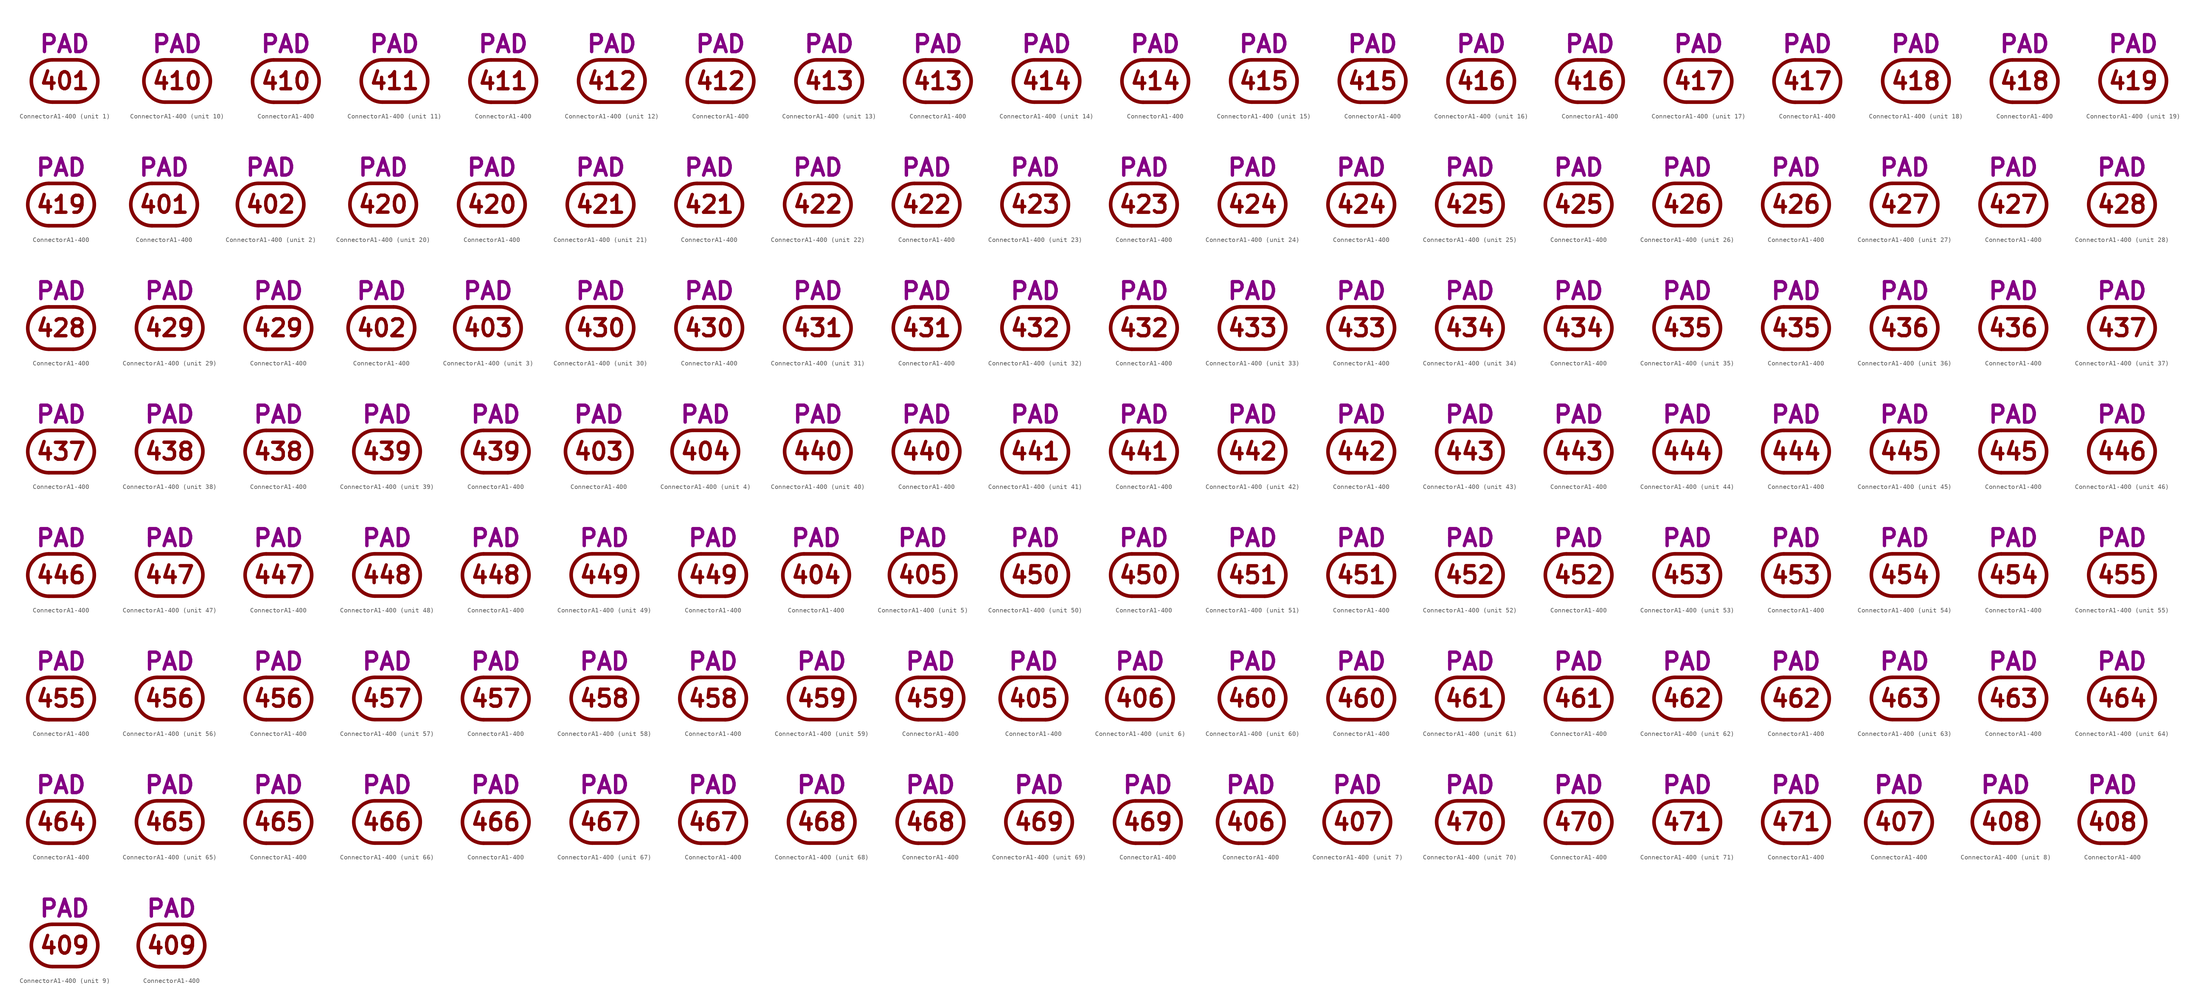
<source format=kicad_sym>
(kicad_symbol_lib
  (version 20211014)
  (generator kicad_symbol_editor)
  (symbol "ConnectorA1-400"
    (pin_numbers hide)
    (pin_names
      (offset 0) hide)
    (property "Reference" "J"
      (at 0 8.255 0)
      (effects (font (size 3.556 3.556)) hide))
    (property "Caption" "PAD"
      (at 0 5.715 0)
      (effects (font (size 3.556 3.556) bold) (justify bottom)))
    (property "ki_locked" ""
      (at 0 0 0)
      (effects (font (size 1.27 1.27))))
    (symbol "ConnectorA1-400_0_0"
      (arc (start -2.54 4.445) (mid -6.985 0) (end -2.54 -4.445) (stroke (width 0.762) (type default) (color 0 0 0 0)) (fill (type none)))
      (polyline (pts (xy -2.54 -4.445) (xy 2.54 -4.445)) (stroke (width 0.762) (type default) (color 0 0 0 0)) (fill (type none)))
      (polyline (pts (xy -2.54 4.445) (xy 2.54 4.445)) (stroke (width 0.762) (type default) (color 0 0 0 0)) (fill (type none)))
      (arc (start 2.54 -4.445) (mid 6.985 0) (end 2.54 4.445) (stroke (width 0.762) (type default) (color 0 0 0 0)) (fill (type none))))
    (symbol "ConnectorA1-400_1_0"
      (text "401" (at 0 0 0) (effects (font (size 3.556 3.556) bold))))
    (symbol "ConnectorA1-400_1_1"
      (pin passive line (at 6.985 0 180) (length 0) (name "401" (effects (font (size 3.556 3.556)))) (number "401" (effects (font (size 3.556 3.556))))))
    (symbol "ConnectorA1-400_1_2"
      (pin passive line (at 0 4.445 270) (length 0) (name "401" (effects (font (size 3.556 3.556)))) (number "401" (effects (font (size 3.556 3.556))))))
    (symbol "ConnectorA1-400_2_0"
      (text "402" (at 0 0 0) (effects (font (size 3.556 3.556) bold))))
    (symbol "ConnectorA1-400_2_1"
      (pin passive line (at 6.985 0 180) (length 0) (name "402" (effects (font (size 3.556 3.556)))) (number "402" (effects (font (size 3.556 3.556))))))
    (symbol "ConnectorA1-400_2_2"
      (pin passive line (at 0 4.445 270) (length 0) (name "402" (effects (font (size 3.556 3.556)))) (number "402" (effects (font (size 3.556 3.556))))))
    (symbol "ConnectorA1-400_3_0"
      (text "403" (at 0 0 0) (effects (font (size 3.556 3.556) bold))))
    (symbol "ConnectorA1-400_3_1"
      (pin passive line (at 6.985 0 180) (length 0) (name "403" (effects (font (size 3.556 3.556)))) (number "403" (effects (font (size 3.556 3.556))))))
    (symbol "ConnectorA1-400_3_2"
      (pin passive line (at 0 4.445 270) (length 0) (name "403" (effects (font (size 3.556 3.556)))) (number "403" (effects (font (size 3.556 3.556))))))
    (symbol "ConnectorA1-400_4_0"
      (text "404" (at 0 0 0) (effects (font (size 3.556 3.556) bold))))
    (symbol "ConnectorA1-400_4_1"
      (pin passive line (at 6.985 0 180) (length 0) (name "404" (effects (font (size 3.556 3.556)))) (number "404" (effects (font (size 3.556 3.556))))))
    (symbol "ConnectorA1-400_4_2"
      (pin passive line (at 0 4.445 270) (length 0) (name "404" (effects (font (size 3.556 3.556)))) (number "404" (effects (font (size 3.556 3.556))))))
    (symbol "ConnectorA1-400_5_0"
      (text "405" (at 0 0 0) (effects (font (size 3.556 3.556) bold))))
    (symbol "ConnectorA1-400_5_1"
      (pin passive line (at 6.985 0 180) (length 0) (name "405" (effects (font (size 3.556 3.556)))) (number "405" (effects (font (size 3.556 3.556))))))
    (symbol "ConnectorA1-400_5_2"
      (pin passive line (at 0 4.445 270) (length 0) (name "405" (effects (font (size 3.556 3.556)))) (number "405" (effects (font (size 3.556 3.556))))))
    (symbol "ConnectorA1-400_6_0"
      (text "406" (at 0 0 0) (effects (font (size 3.556 3.556) bold))))
    (symbol "ConnectorA1-400_6_1"
      (pin passive line (at 6.985 0 180) (length 0) (name "406" (effects (font (size 3.556 3.556)))) (number "406" (effects (font (size 3.556 3.556))))))
    (symbol "ConnectorA1-400_6_2"
      (pin passive line (at 0 4.445 270) (length 0) (name "406" (effects (font (size 3.556 3.556)))) (number "406" (effects (font (size 3.556 3.556))))))
    (symbol "ConnectorA1-400_7_0"
      (text "407" (at 0 0 0) (effects (font (size 3.556 3.556) bold))))
    (symbol "ConnectorA1-400_7_1"
      (pin passive line (at 6.985 0 180) (length 0) (name "407" (effects (font (size 3.556 3.556)))) (number "407" (effects (font (size 3.556 3.556))))))
    (symbol "ConnectorA1-400_7_2"
      (pin passive line (at 0 4.445 270) (length 0) (name "407" (effects (font (size 3.556 3.556)))) (number "407" (effects (font (size 3.556 3.556))))))
    (symbol "ConnectorA1-400_8_0"
      (text "408" (at 0 0 0) (effects (font (size 3.556 3.556) bold))))
    (symbol "ConnectorA1-400_8_1"
      (pin passive line (at 6.985 0 180) (length 0) (name "408" (effects (font (size 3.556 3.556)))) (number "408" (effects (font (size 3.556 3.556))))))
    (symbol "ConnectorA1-400_8_2"
      (pin passive line (at 0 4.445 270) (length 0) (name "408" (effects (font (size 3.556 3.556)))) (number "408" (effects (font (size 3.556 3.556))))))
    (symbol "ConnectorA1-400_9_0"
      (text "409" (at 0 0 0) (effects (font (size 3.556 3.556) bold))))
    (symbol "ConnectorA1-400_9_1"
      (pin passive line (at 6.985 0 180) (length 0) (name "409" (effects (font (size 3.556 3.556)))) (number "409" (effects (font (size 3.556 3.556))))))
    (symbol "ConnectorA1-400_9_2"
      (pin passive line (at 0 4.445 270) (length 0) (name "409" (effects (font (size 3.556 3.556)))) (number "409" (effects (font (size 3.556 3.556))))))
    (symbol "ConnectorA1-400_10_0"
      (text "410" (at 0 0 0) (effects (font (size 3.556 3.556) bold))))
    (symbol "ConnectorA1-400_10_1"
      (pin passive line (at 6.985 0 180) (length 0) (name "410" (effects (font (size 3.556 3.556)))) (number "410" (effects (font (size 3.556 3.556))))))
    (symbol "ConnectorA1-400_10_2"
      (pin passive line (at 0 4.445 270) (length 0) (name "410" (effects (font (size 3.556 3.556)))) (number "410" (effects (font (size 3.556 3.556))))))
    (symbol "ConnectorA1-400_11_0"
      (text "411" (at 0 0 0) (effects (font (size 3.556 3.556) bold))))
    (symbol "ConnectorA1-400_11_1"
      (pin passive line (at 6.985 0 180) (length 0) (name "411" (effects (font (size 3.556 3.556)))) (number "411" (effects (font (size 3.556 3.556))))))
    (symbol "ConnectorA1-400_11_2"
      (pin passive line (at 0 4.445 270) (length 0) (name "411" (effects (font (size 3.556 3.556)))) (number "411" (effects (font (size 3.556 3.556))))))
    (symbol "ConnectorA1-400_12_0"
      (text "412" (at 0 0 0) (effects (font (size 3.556 3.556) bold))))
    (symbol "ConnectorA1-400_12_1"
      (pin passive line (at 6.985 0 180) (length 0) (name "412" (effects (font (size 3.556 3.556)))) (number "412" (effects (font (size 3.556 3.556))))))
    (symbol "ConnectorA1-400_12_2"
      (pin passive line (at 0 4.445 270) (length 0) (name "412" (effects (font (size 3.556 3.556)))) (number "412" (effects (font (size 3.556 3.556))))))
    (symbol "ConnectorA1-400_13_0"
      (text "413" (at 0 0 0) (effects (font (size 3.556 3.556) bold))))
    (symbol "ConnectorA1-400_13_1"
      (pin passive line (at 6.985 0 180) (length 0) (name "413" (effects (font (size 3.556 3.556)))) (number "413" (effects (font (size 3.556 3.556))))))
    (symbol "ConnectorA1-400_13_2"
      (pin passive line (at 0 4.445 270) (length 0) (name "413" (effects (font (size 3.556 3.556)))) (number "413" (effects (font (size 3.556 3.556))))))
    (symbol "ConnectorA1-400_14_0"
      (text "414" (at 0 0 0) (effects (font (size 3.556 3.556) bold))))
    (symbol "ConnectorA1-400_14_1"
      (pin passive line (at 6.985 0 180) (length 0) (name "414" (effects (font (size 3.556 3.556)))) (number "414" (effects (font (size 3.556 3.556))))))
    (symbol "ConnectorA1-400_14_2"
      (pin passive line (at 0 4.445 270) (length 0) (name "414" (effects (font (size 3.556 3.556)))) (number "414" (effects (font (size 3.556 3.556))))))
    (symbol "ConnectorA1-400_15_0"
      (text "415" (at 0 0 0) (effects (font (size 3.556 3.556) bold))))
    (symbol "ConnectorA1-400_15_1"
      (pin passive line (at 6.985 0 180) (length 0) (name "415" (effects (font (size 3.556 3.556)))) (number "415" (effects (font (size 3.556 3.556))))))
    (symbol "ConnectorA1-400_15_2"
      (pin passive line (at 0 4.445 270) (length 0) (name "415" (effects (font (size 3.556 3.556)))) (number "415" (effects (font (size 3.556 3.556))))))
    (symbol "ConnectorA1-400_16_0"
      (text "416" (at 0 0 0) (effects (font (size 3.556 3.556) bold))))
    (symbol "ConnectorA1-400_16_1"
      (pin passive line (at 6.985 0 180) (length 0) (name "416" (effects (font (size 3.556 3.556)))) (number "416" (effects (font (size 3.556 3.556))))))
    (symbol "ConnectorA1-400_16_2"
      (pin passive line (at 0 4.445 270) (length 0) (name "416" (effects (font (size 3.556 3.556)))) (number "416" (effects (font (size 3.556 3.556))))))
    (symbol "ConnectorA1-400_17_0"
      (text "417" (at 0 0 0) (effects (font (size 3.556 3.556) bold))))
    (symbol "ConnectorA1-400_17_1"
      (pin passive line (at 6.985 0 180) (length 0) (name "417" (effects (font (size 3.556 3.556)))) (number "417" (effects (font (size 3.556 3.556))))))
    (symbol "ConnectorA1-400_17_2"
      (pin passive line (at 0 4.445 270) (length 0) (name "417" (effects (font (size 3.556 3.556)))) (number "417" (effects (font (size 3.556 3.556))))))
    (symbol "ConnectorA1-400_18_0"
      (text "418" (at 0 0 0) (effects (font (size 3.556 3.556) bold))))
    (symbol "ConnectorA1-400_18_1"
      (pin passive line (at 6.985 0 180) (length 0) (name "418" (effects (font (size 3.556 3.556)))) (number "418" (effects (font (size 3.556 3.556))))))
    (symbol "ConnectorA1-400_18_2"
      (pin passive line (at 0 4.445 270) (length 0) (name "418" (effects (font (size 3.556 3.556)))) (number "418" (effects (font (size 3.556 3.556))))))
    (symbol "ConnectorA1-400_19_0"
      (text "419" (at 0 0 0) (effects (font (size 3.556 3.556) bold))))
    (symbol "ConnectorA1-400_19_1"
      (pin passive line (at 6.985 0 180) (length 0) (name "419" (effects (font (size 3.556 3.556)))) (number "419" (effects (font (size 3.556 3.556))))))
    (symbol "ConnectorA1-400_19_2"
      (pin passive line (at 0 4.445 270) (length 0) (name "419" (effects (font (size 3.556 3.556)))) (number "419" (effects (font (size 3.556 3.556))))))
    (symbol "ConnectorA1-400_20_0"
      (text "420" (at 0 0 0) (effects (font (size 3.556 3.556) bold))))
    (symbol "ConnectorA1-400_20_1"
      (pin passive line (at 6.985 0 180) (length 0) (name "420" (effects (font (size 3.556 3.556)))) (number "420" (effects (font (size 3.556 3.556))))))
    (symbol "ConnectorA1-400_20_2"
      (pin passive line (at 0 4.445 270) (length 0) (name "420" (effects (font (size 3.556 3.556)))) (number "420" (effects (font (size 3.556 3.556))))))
    (symbol "ConnectorA1-400_21_0"
      (text "421" (at 0 0 0) (effects (font (size 3.556 3.556) bold))))
    (symbol "ConnectorA1-400_22_0"
      (text "422" (at 0 0 0) (effects (font (size 3.556 3.556) bold))))
    (symbol "ConnectorA1-400_22_1"
      (pin passive line (at 6.985 0 180) (length 0) (name "422" (effects (font (size 3.556 3.556)))) (number "422" (effects (font (size 3.556 3.556))))))
    (symbol "ConnectorA1-400_22_2"
      (pin passive line (at 0 4.445 270) (length 0) (name "422" (effects (font (size 3.556 3.556)))) (number "422" (effects (font (size 3.556 3.556))))))
    (symbol "ConnectorA1-400_23_0"
      (text "423" (at 0 0 0) (effects (font (size 3.556 3.556) bold))))
    (symbol "ConnectorA1-400_23_1"
      (pin passive line (at 6.985 0 180) (length 0) (name "423" (effects (font (size 3.556 3.556)))) (number "423" (effects (font (size 3.556 3.556))))))
    (symbol "ConnectorA1-400_23_2"
      (pin passive line (at 0 4.445 270) (length 0) (name "423" (effects (font (size 3.556 3.556)))) (number "423" (effects (font (size 3.556 3.556))))))
    (symbol "ConnectorA1-400_24_0"
      (text "424" (at 0 0 0) (effects (font (size 3.556 3.556) bold))))
    (symbol "ConnectorA1-400_24_1"
      (pin passive line (at 6.985 0 180) (length 0) (name "424" (effects (font (size 3.556 3.556)))) (number "424" (effects (font (size 3.556 3.556))))))
    (symbol "ConnectorA1-400_24_2"
      (pin passive line (at 0 4.445 270) (length 0) (name "424" (effects (font (size 3.556 3.556)))) (number "424" (effects (font (size 3.556 3.556))))))
    (symbol "ConnectorA1-400_25_0"
      (text "425" (at 0 0 0) (effects (font (size 3.556 3.556) bold))))
    (symbol "ConnectorA1-400_25_1"
      (pin passive line (at 6.985 0 180) (length 0) (name "425" (effects (font (size 3.556 3.556)))) (number "425" (effects (font (size 3.556 3.556))))))
    (symbol "ConnectorA1-400_25_2"
      (pin passive line (at 0 4.445 270) (length 0) (name "425" (effects (font (size 3.556 3.556)))) (number "425" (effects (font (size 3.556 3.556))))))
    (symbol "ConnectorA1-400_26_0"
      (text "426" (at 0 0 0) (effects (font (size 3.556 3.556) bold))))
    (symbol "ConnectorA1-400_26_1"
      (pin passive line (at 6.985 0 180) (length 0) (name "426" (effects (font (size 3.556 3.556)))) (number "426" (effects (font (size 3.556 3.556))))))
    (symbol "ConnectorA1-400_26_2"
      (pin passive line (at 0 4.445 270) (length 0) (name "426" (effects (font (size 3.556 3.556)))) (number "426" (effects (font (size 3.556 3.556))))))
    (symbol "ConnectorA1-400_27_0"
      (text "427" (at 0 0 0) (effects (font (size 3.556 3.556) bold))))
    (symbol "ConnectorA1-400_27_1"
      (pin passive line (at 6.985 0 180) (length 0) (name "427" (effects (font (size 3.556 3.556)))) (number "427" (effects (font (size 3.556 3.556))))))
    (symbol "ConnectorA1-400_27_2"
      (pin passive line (at 0 4.445 270) (length 0) (name "427" (effects (font (size 3.556 3.556)))) (number "427" (effects (font (size 3.556 3.556))))))
    (symbol "ConnectorA1-400_28_0"
      (text "428" (at 0 0 0) (effects (font (size 3.556 3.556) bold))))
    (symbol "ConnectorA1-400_28_1"
      (pin passive line (at 6.985 0 180) (length 0) (name "428" (effects (font (size 3.556 3.556)))) (number "428" (effects (font (size 3.556 3.556))))))
    (symbol "ConnectorA1-400_28_2"
      (pin passive line (at 0 4.445 270) (length 0) (name "428" (effects (font (size 3.556 3.556)))) (number "428" (effects (font (size 3.556 3.556))))))
    (symbol "ConnectorA1-400_29_0"
      (text "429" (at 0 0 0) (effects (font (size 3.556 3.556) bold))))
    (symbol "ConnectorA1-400_29_1"
      (pin passive line (at 6.985 0 180) (length 0) (name "429" (effects (font (size 3.556 3.556)))) (number "429" (effects (font (size 3.556 3.556))))))
    (symbol "ConnectorA1-400_29_2"
      (pin passive line (at 0 4.445 270) (length 0) (name "429" (effects (font (size 3.556 3.556)))) (number "429" (effects (font (size 3.556 3.556))))))
    (symbol "ConnectorA1-400_30_0"
      (text "430" (at 0 0 0) (effects (font (size 3.556 3.556) bold))))
    (symbol "ConnectorA1-400_30_1"
      (pin passive line (at 6.985 0 180) (length 0) (name "430" (effects (font (size 3.556 3.556)))) (number "430" (effects (font (size 3.556 3.556))))))
    (symbol "ConnectorA1-400_30_2"
      (pin passive line (at 0 4.445 270) (length 0) (name "430" (effects (font (size 3.556 3.556)))) (number "430" (effects (font (size 3.556 3.556))))))
    (symbol "ConnectorA1-400_31_0"
      (text "431" (at 0 0 0) (effects (font (size 3.556 3.556) bold))))
    (symbol "ConnectorA1-400_31_1"
      (pin passive line (at 6.985 0 180) (length 0) (name "431" (effects (font (size 3.556 3.556)))) (number "431" (effects (font (size 3.556 3.556))))))
    (symbol "ConnectorA1-400_31_2"
      (pin passive line (at 0 4.445 270) (length 0) (name "431" (effects (font (size 3.556 3.556)))) (number "431" (effects (font (size 3.556 3.556))))))
    (symbol "ConnectorA1-400_32_0"
      (text "432" (at 0 0 0) (effects (font (size 3.556 3.556) bold))))
    (symbol "ConnectorA1-400_32_1"
      (pin passive line (at 6.985 0 180) (length 0) (name "432" (effects (font (size 3.556 3.556)))) (number "432" (effects (font (size 3.556 3.556))))))
    (symbol "ConnectorA1-400_32_2"
      (pin passive line (at 0 4.445 270) (length 0) (name "432" (effects (font (size 3.556 3.556)))) (number "432" (effects (font (size 3.556 3.556))))))
    (symbol "ConnectorA1-400_33_0"
      (text "433" (at 0 0 0) (effects (font (size 3.556 3.556) bold))))
    (symbol "ConnectorA1-400_33_1"
      (pin passive line (at 6.985 0 180) (length 0) (name "433" (effects (font (size 3.556 3.556)))) (number "433" (effects (font (size 3.556 3.556))))))
    (symbol "ConnectorA1-400_33_2"
      (pin passive line (at 0 4.445 270) (length 0) (name "433" (effects (font (size 3.556 3.556)))) (number "433" (effects (font (size 3.556 3.556))))))
    (symbol "ConnectorA1-400_34_0"
      (text "434" (at 0 0 0) (effects (font (size 3.556 3.556) bold))))
    (symbol "ConnectorA1-400_34_1"
      (pin passive line (at 6.985 0 180) (length 0) (name "434" (effects (font (size 3.556 3.556)))) (number "434" (effects (font (size 3.556 3.556))))))
    (symbol "ConnectorA1-400_34_2"
      (pin passive line (at 0 4.445 270) (length 0) (name "434" (effects (font (size 3.556 3.556)))) (number "434" (effects (font (size 3.556 3.556))))))
    (symbol "ConnectorA1-400_35_0"
      (text "435" (at 0 0 0) (effects (font (size 3.556 3.556) bold))))
    (symbol "ConnectorA1-400_35_1"
      (pin passive line (at 6.985 0 180) (length 0) (name "435" (effects (font (size 3.556 3.556)))) (number "435" (effects (font (size 3.556 3.556))))))
    (symbol "ConnectorA1-400_35_2"
      (pin passive line (at 0 4.445 270) (length 0) (name "435" (effects (font (size 3.556 3.556)))) (number "435" (effects (font (size 3.556 3.556))))))
    (symbol "ConnectorA1-400_36_0"
      (text "436" (at 0 0 0) (effects (font (size 3.556 3.556) bold))))
    (symbol "ConnectorA1-400_36_1"
      (pin passive line (at 6.985 0 180) (length 0) (name "436" (effects (font (size 3.556 3.556)))) (number "436" (effects (font (size 3.556 3.556))))))
    (symbol "ConnectorA1-400_36_2"
      (pin passive line (at 0 4.445 270) (length 0) (name "436" (effects (font (size 3.556 3.556)))) (number "436" (effects (font (size 3.556 3.556))))))
    (symbol "ConnectorA1-400_37_0"
      (text "437" (at 0 0 0) (effects (font (size 3.556 3.556) bold))))
    (symbol "ConnectorA1-400_37_1"
      (pin passive line (at 6.985 0 180) (length 0) (name "437" (effects (font (size 3.556 3.556)))) (number "437" (effects (font (size 3.556 3.556))))))
    (symbol "ConnectorA1-400_37_2"
      (pin passive line (at 0 4.445 270) (length 0) (name "437" (effects (font (size 3.556 3.556)))) (number "437" (effects (font (size 3.556 3.556))))))
    (symbol "ConnectorA1-400_38_0"
      (text "438" (at 0 0 0) (effects (font (size 3.556 3.556) bold))))
    (symbol "ConnectorA1-400_38_1"
      (pin passive line (at 6.985 0 180) (length 0) (name "438" (effects (font (size 3.556 3.556)))) (number "438" (effects (font (size 3.556 3.556))))))
    (symbol "ConnectorA1-400_38_2"
      (pin passive line (at 0 4.445 270) (length 0) (name "438" (effects (font (size 3.556 3.556)))) (number "438" (effects (font (size 3.556 3.556))))))
    (symbol "ConnectorA1-400_39_0"
      (text "439" (at 0 0 0) (effects (font (size 3.556 3.556) bold))))
    (symbol "ConnectorA1-400_39_1"
      (pin passive line (at 6.985 0 180) (length 0) (name "439" (effects (font (size 3.556 3.556)))) (number "439" (effects (font (size 3.556 3.556))))))
    (symbol "ConnectorA1-400_39_2"
      (pin passive line (at 0 4.445 270) (length 0) (name "439" (effects (font (size 3.556 3.556)))) (number "439" (effects (font (size 3.556 3.556))))))
    (symbol "ConnectorA1-400_40_0"
      (text "440" (at 0 0 0) (effects (font (size 3.556 3.556) bold))))
    (symbol "ConnectorA1-400_40_1"
      (pin passive line (at 6.985 0 180) (length 0) (name "440" (effects (font (size 3.556 3.556)))) (number "440" (effects (font (size 3.556 3.556))))))
    (symbol "ConnectorA1-400_40_2"
      (pin passive line (at 0 4.445 270) (length 0) (name "440" (effects (font (size 3.556 3.556)))) (number "440" (effects (font (size 3.556 3.556))))))
    (symbol "ConnectorA1-400_41_0"
      (text "441" (at 0 0 0) (effects (font (size 3.556 3.556) bold))))
    (symbol "ConnectorA1-400_41_1"
      (pin passive line (at 6.985 0 180) (length 0) (name "441" (effects (font (size 3.556 3.556)))) (number "441" (effects (font (size 3.556 3.556))))))
    (symbol "ConnectorA1-400_41_2"
      (pin passive line (at 0 4.445 270) (length 0) (name "441" (effects (font (size 3.556 3.556)))) (number "441" (effects (font (size 3.556 3.556))))))
    (symbol "ConnectorA1-400_42_0"
      (text "442" (at 0 0 0) (effects (font (size 3.556 3.556) bold))))
    (symbol "ConnectorA1-400_42_1"
      (pin passive line (at 6.985 0 180) (length 0) (name "442" (effects (font (size 3.556 3.556)))) (number "442" (effects (font (size 3.556 3.556))))))
    (symbol "ConnectorA1-400_42_2"
      (pin passive line (at 0 4.445 270) (length 0) (name "442" (effects (font (size 3.556 3.556)))) (number "442" (effects (font (size 3.556 3.556))))))
    (symbol "ConnectorA1-400_43_0"
      (text "443" (at 0 0 0) (effects (font (size 3.556 3.556) bold))))
    (symbol "ConnectorA1-400_43_1"
      (pin passive line (at 6.985 0 180) (length 0) (name "443" (effects (font (size 3.556 3.556)))) (number "443" (effects (font (size 3.556 3.556))))))
    (symbol "ConnectorA1-400_43_2"
      (pin passive line (at 0 4.445 270) (length 0) (name "443" (effects (font (size 3.556 3.556)))) (number "443" (effects (font (size 3.556 3.556))))))
    (symbol "ConnectorA1-400_44_0"
      (text "444" (at 0 0 0) (effects (font (size 3.556 3.556) bold))))
    (symbol "ConnectorA1-400_44_1"
      (pin passive line (at 6.985 0 180) (length 0) (name "444" (effects (font (size 3.556 3.556)))) (number "444" (effects (font (size 3.556 3.556))))))
    (symbol "ConnectorA1-400_44_2"
      (pin passive line (at 0 4.445 270) (length 0) (name "444" (effects (font (size 3.556 3.556)))) (number "444" (effects (font (size 3.556 3.556))))))
    (symbol "ConnectorA1-400_45_0"
      (text "445" (at 0 0 0) (effects (font (size 3.556 3.556) bold))))
    (symbol "ConnectorA1-400_45_1"
      (pin passive line (at 6.985 0 180) (length 0) (name "445" (effects (font (size 3.556 3.556)))) (number "445" (effects (font (size 3.556 3.556))))))
    (symbol "ConnectorA1-400_45_2"
      (pin passive line (at 0 4.445 270) (length 0) (name "445" (effects (font (size 3.556 3.556)))) (number "445" (effects (font (size 3.556 3.556))))))
    (symbol "ConnectorA1-400_46_0"
      (text "446" (at 0 0 0) (effects (font (size 3.556 3.556) bold))))
    (symbol "ConnectorA1-400_46_1"
      (pin passive line (at 6.985 0 180) (length 0) (name "446" (effects (font (size 3.556 3.556)))) (number "446" (effects (font (size 3.556 3.556))))))
    (symbol "ConnectorA1-400_46_2"
      (pin passive line (at 0 4.445 270) (length 0) (name "446" (effects (font (size 3.556 3.556)))) (number "446" (effects (font (size 3.556 3.556))))))
    (symbol "ConnectorA1-400_47_0"
      (text "447" (at 0 0 0) (effects (font (size 3.556 3.556) bold))))
    (symbol "ConnectorA1-400_47_1"
      (pin passive line (at 6.985 0 180) (length 0) (name "447" (effects (font (size 3.556 3.556)))) (number "447" (effects (font (size 3.556 3.556))))))
    (symbol "ConnectorA1-400_47_2"
      (pin passive line (at 0 4.445 270) (length 0) (name "447" (effects (font (size 3.556 3.556)))) (number "447" (effects (font (size 3.556 3.556))))))
    (symbol "ConnectorA1-400_48_0"
      (text "448" (at 0 0 0) (effects (font (size 3.556 3.556) bold))))
    (symbol "ConnectorA1-400_48_1"
      (pin passive line (at 6.985 0 180) (length 0) (name "448" (effects (font (size 3.556 3.556)))) (number "448" (effects (font (size 3.556 3.556))))))
    (symbol "ConnectorA1-400_48_2"
      (pin passive line (at 0 4.445 270) (length 0) (name "448" (effects (font (size 3.556 3.556)))) (number "448" (effects (font (size 3.556 3.556))))))
    (symbol "ConnectorA1-400_49_0"
      (text "449" (at 0 0 0) (effects (font (size 3.556 3.556) bold))))
    (symbol "ConnectorA1-400_49_1"
      (pin passive line (at 6.985 0 180) (length 0) (name "449" (effects (font (size 3.556 3.556)))) (number "449" (effects (font (size 3.556 3.556))))))
    (symbol "ConnectorA1-400_49_2"
      (pin passive line (at 0 4.445 270) (length 0) (name "449" (effects (font (size 3.556 3.556)))) (number "449" (effects (font (size 3.556 3.556))))))
    (symbol "ConnectorA1-400_50_0"
      (text "450" (at 0 0 0) (effects (font (size 3.556 3.556) bold))))
    (symbol "ConnectorA1-400_50_1"
      (pin passive line (at 6.985 0 180) (length 0) (name "450" (effects (font (size 3.556 3.556)))) (number "450" (effects (font (size 3.556 3.556))))))
    (symbol "ConnectorA1-400_50_2"
      (pin passive line (at 0 4.445 270) (length 0) (name "450" (effects (font (size 3.556 3.556)))) (number "450" (effects (font (size 3.556 3.556))))))
    (symbol "ConnectorA1-400_51_0"
      (text "451" (at 0 0 0) (effects (font (size 3.556 3.556) bold))))
    (symbol "ConnectorA1-400_52_0"
      (text "452" (at 0 0 0) (effects (font (size 3.556 3.556) bold))))
    (symbol "ConnectorA1-400_52_1"
      (pin passive line (at 6.985 0 180) (length 0) (name "452" (effects (font (size 3.556 3.556)))) (number "452" (effects (font (size 3.556 3.556))))))
    (symbol "ConnectorA1-400_52_2"
      (pin passive line (at 0 4.445 270) (length 0) (name "452" (effects (font (size 3.556 3.556)))) (number "452" (effects (font (size 3.556 3.556))))))
    (symbol "ConnectorA1-400_53_0"
      (text "453" (at 0 0 0) (effects (font (size 3.556 3.556) bold))))
    (symbol "ConnectorA1-400_53_1"
      (pin passive line (at 6.985 0 180) (length 0) (name "453" (effects (font (size 3.556 3.556)))) (number "453" (effects (font (size 3.556 3.556))))))
    (symbol "ConnectorA1-400_53_2"
      (pin passive line (at 0 4.445 270) (length 0) (name "453" (effects (font (size 3.556 3.556)))) (number "453" (effects (font (size 3.556 3.556))))))
    (symbol "ConnectorA1-400_54_0"
      (text "454" (at 0 0 0) (effects (font (size 3.556 3.556) bold))))
    (symbol "ConnectorA1-400_54_1"
      (pin passive line (at 6.985 0 180) (length 0) (name "454" (effects (font (size 3.556 3.556)))) (number "454" (effects (font (size 3.556 3.556))))))
    (symbol "ConnectorA1-400_54_2"
      (pin passive line (at 0 4.445 270) (length 0) (name "454" (effects (font (size 3.556 3.556)))) (number "454" (effects (font (size 3.556 3.556))))))
    (symbol "ConnectorA1-400_55_0"
      (text "455" (at 0 0 0) (effects (font (size 3.556 3.556) bold))))
    (symbol "ConnectorA1-400_55_1"
      (pin passive line (at 6.985 0 180) (length 0) (name "455" (effects (font (size 3.556 3.556)))) (number "455" (effects (font (size 3.556 3.556))))))
    (symbol "ConnectorA1-400_55_2"
      (pin passive line (at 0 4.445 270) (length 0) (name "455" (effects (font (size 3.556 3.556)))) (number "455" (effects (font (size 3.556 3.556))))))
    (symbol "ConnectorA1-400_56_0"
      (text "456" (at 0 0 0) (effects (font (size 3.556 3.556) bold))))
    (symbol "ConnectorA1-400_56_1"
      (pin passive line (at 6.985 0 180) (length 0) (name "456" (effects (font (size 3.556 3.556)))) (number "456" (effects (font (size 3.556 3.556))))))
    (symbol "ConnectorA1-400_56_2"
      (pin passive line (at 0 4.445 270) (length 0) (name "456" (effects (font (size 3.556 3.556)))) (number "456" (effects (font (size 3.556 3.556))))))
    (symbol "ConnectorA1-400_57_0"
      (text "457" (at 0 0 0) (effects (font (size 3.556 3.556) bold))))
    (symbol "ConnectorA1-400_57_1"
      (pin passive line (at 6.985 0 180) (length 0) (name "457" (effects (font (size 3.556 3.556)))) (number "457" (effects (font (size 3.556 3.556))))))
    (symbol "ConnectorA1-400_57_2"
      (pin passive line (at 0 4.445 270) (length 0) (name "457" (effects (font (size 3.556 3.556)))) (number "457" (effects (font (size 3.556 3.556))))))
    (symbol "ConnectorA1-400_58_0"
      (text "458" (at 0 0 0) (effects (font (size 3.556 3.556) bold))))
    (symbol "ConnectorA1-400_58_1"
      (pin passive line (at 6.985 0 180) (length 0) (name "458" (effects (font (size 3.556 3.556)))) (number "458" (effects (font (size 3.556 3.556))))))
    (symbol "ConnectorA1-400_58_2"
      (pin passive line (at 0 4.445 270) (length 0) (name "458" (effects (font (size 3.556 3.556)))) (number "458" (effects (font (size 3.556 3.556))))))
    (symbol "ConnectorA1-400_59_0"
      (text "459" (at 0 0 0) (effects (font (size 3.556 3.556) bold))))
    (symbol "ConnectorA1-400_59_1"
      (pin passive line (at 6.985 0 180) (length 0) (name "459" (effects (font (size 3.556 3.556)))) (number "459" (effects (font (size 3.556 3.556))))))
    (symbol "ConnectorA1-400_59_2"
      (pin passive line (at 0 4.445 270) (length 0) (name "459" (effects (font (size 3.556 3.556)))) (number "459" (effects (font (size 3.556 3.556))))))
    (symbol "ConnectorA1-400_60_0"
      (text "460" (at 0 0 0) (effects (font (size 3.556 3.556) bold))))
    (symbol "ConnectorA1-400_60_1"
      (pin passive line (at 6.985 0 180) (length 0) (name "460" (effects (font (size 3.556 3.556)))) (number "460" (effects (font (size 3.556 3.556))))))
    (symbol "ConnectorA1-400_60_2"
      (pin passive line (at 0 4.445 270) (length 0) (name "460" (effects (font (size 3.556 3.556)))) (number "460" (effects (font (size 3.556 3.556))))))
    (symbol "ConnectorA1-400_61_0"
      (text "461" (at 0 0 0) (effects (font (size 3.556 3.556) bold))))
    (symbol "ConnectorA1-400_61_1"
      (pin passive line (at 6.985 0 180) (length 0) (name "461" (effects (font (size 3.556 3.556)))) (number "461" (effects (font (size 3.556 3.556))))))
    (symbol "ConnectorA1-400_61_2"
      (pin passive line (at 0 4.445 270) (length 0) (name "461" (effects (font (size 3.556 3.556)))) (number "461" (effects (font (size 3.556 3.556))))))
    (symbol "ConnectorA1-400_62_0"
      (text "462" (at 0 0 0) (effects (font (size 3.556 3.556) bold))))
    (symbol "ConnectorA1-400_62_1"
      (pin passive line (at 6.985 0 180) (length 0) (name "462" (effects (font (size 3.556 3.556)))) (number "462" (effects (font (size 3.556 3.556))))))
    (symbol "ConnectorA1-400_62_2"
      (pin passive line (at 0 4.445 270) (length 0) (name "462" (effects (font (size 3.556 3.556)))) (number "462" (effects (font (size 3.556 3.556))))))
    (symbol "ConnectorA1-400_63_0"
      (text "463" (at 0 0 0) (effects (font (size 3.556 3.556) bold))))
    (symbol "ConnectorA1-400_63_1"
      (pin passive line (at 6.985 0 180) (length 0) (name "463" (effects (font (size 3.556 3.556)))) (number "463" (effects (font (size 3.556 3.556))))))
    (symbol "ConnectorA1-400_63_2"
      (pin passive line (at 0 4.445 270) (length 0) (name "463" (effects (font (size 3.556 3.556)))) (number "463" (effects (font (size 3.556 3.556))))))
    (symbol "ConnectorA1-400_64_0"
      (text "464" (at 0 0 0) (effects (font (size 3.556 3.556) bold))))
    (symbol "ConnectorA1-400_64_1"
      (pin passive line (at 6.985 0 180) (length 0) (name "464" (effects (font (size 3.556 3.556)))) (number "464" (effects (font (size 3.556 3.556))))))
    (symbol "ConnectorA1-400_64_2"
      (pin passive line (at 0 4.445 270) (length 0) (name "464" (effects (font (size 3.556 3.556)))) (number "464" (effects (font (size 3.556 3.556))))))
    (symbol "ConnectorA1-400_65_0"
      (text "465" (at 0 0 0) (effects (font (size 3.556 3.556) bold))))
    (symbol "ConnectorA1-400_65_1"
      (pin passive line (at 6.985 0 180) (length 0) (name "465" (effects (font (size 3.556 3.556)))) (number "465" (effects (font (size 3.556 3.556))))))
    (symbol "ConnectorA1-400_65_2"
      (pin passive line (at 0 4.445 270) (length 0) (name "465" (effects (font (size 3.556 3.556)))) (number "465" (effects (font (size 3.556 3.556))))))
    (symbol "ConnectorA1-400_66_0"
      (text "466" (at 0 0 0) (effects (font (size 3.556 3.556) bold))))
    (symbol "ConnectorA1-400_66_1"
      (pin passive line (at 6.985 0 180) (length 0) (name "466" (effects (font (size 3.556 3.556)))) (number "466" (effects (font (size 3.556 3.556))))))
    (symbol "ConnectorA1-400_66_2"
      (pin passive line (at 0 4.445 270) (length 0) (name "466" (effects (font (size 3.556 3.556)))) (number "466" (effects (font (size 3.556 3.556))))))
    (symbol "ConnectorA1-400_67_0"
      (text "467" (at 0 0 0) (effects (font (size 3.556 3.556) bold))))
    (symbol "ConnectorA1-400_67_1"
      (pin passive line (at 6.985 0 180) (length 0) (name "467" (effects (font (size 3.556 3.556)))) (number "467" (effects (font (size 3.556 3.556))))))
    (symbol "ConnectorA1-400_67_2"
      (pin passive line (at 0 4.445 270) (length 0) (name "467" (effects (font (size 3.556 3.556)))) (number "467" (effects (font (size 3.556 3.556))))))
    (symbol "ConnectorA1-400_68_0"
      (text "468" (at 0 0 0) (effects (font (size 3.556 3.556) bold))))
    (symbol "ConnectorA1-400_68_1"
      (pin passive line (at 6.985 0 180) (length 0) (name "468" (effects (font (size 3.556 3.556)))) (number "468" (effects (font (size 3.556 3.556))))))
    (symbol "ConnectorA1-400_68_2"
      (pin passive line (at 0 4.445 270) (length 0) (name "468" (effects (font (size 3.556 3.556)))) (number "468" (effects (font (size 3.556 3.556))))))
    (symbol "ConnectorA1-400_69_0"
      (text "469" (at 0 0 0) (effects (font (size 3.556 3.556) bold))))
    (symbol "ConnectorA1-400_69_1"
      (pin passive line (at 6.985 0 180) (length 0) (name "469" (effects (font (size 3.556 3.556)))) (number "469" (effects (font (size 3.556 3.556))))))
    (symbol "ConnectorA1-400_69_2"
      (pin passive line (at 0 4.445 270) (length 0) (name "469" (effects (font (size 3.556 3.556)))) (number "469" (effects (font (size 3.556 3.556))))))
    (symbol "ConnectorA1-400_70_0"
      (text "470" (at 0 0 0) (effects (font (size 3.556 3.556) bold))))
    (symbol "ConnectorA1-400_70_1"
      (pin passive line (at 6.985 0 180) (length 0) (name "470" (effects (font (size 3.556 3.556)))) (number "470" (effects (font (size 3.556 3.556))))))
    (symbol "ConnectorA1-400_70_2"
      (pin passive line (at 0 4.445 270) (length 0) (name "470" (effects (font (size 3.556 3.556)))) (number "470" (effects (font (size 3.556 3.556))))))
    (symbol "ConnectorA1-400_71_0"
      (text "471" (at 0 0 0) (effects (font (size 3.556 3.556) bold))))
    (symbol "ConnectorA1-400_71_1"
      (pin passive line (at 6.985 0 180) (length 0) (name "471" (effects (font (size 3.556 3.556)))) (number "471" (effects (font (size 3.556 3.556))))))
    (symbol "ConnectorA1-400_71_2"
      (pin passive line (at 0 4.445 270) (length 0) (name "471" (effects (font (size 3.556 3.556)))) (number "471" (effects (font (size 3.556 3.556))))))))
</source>
